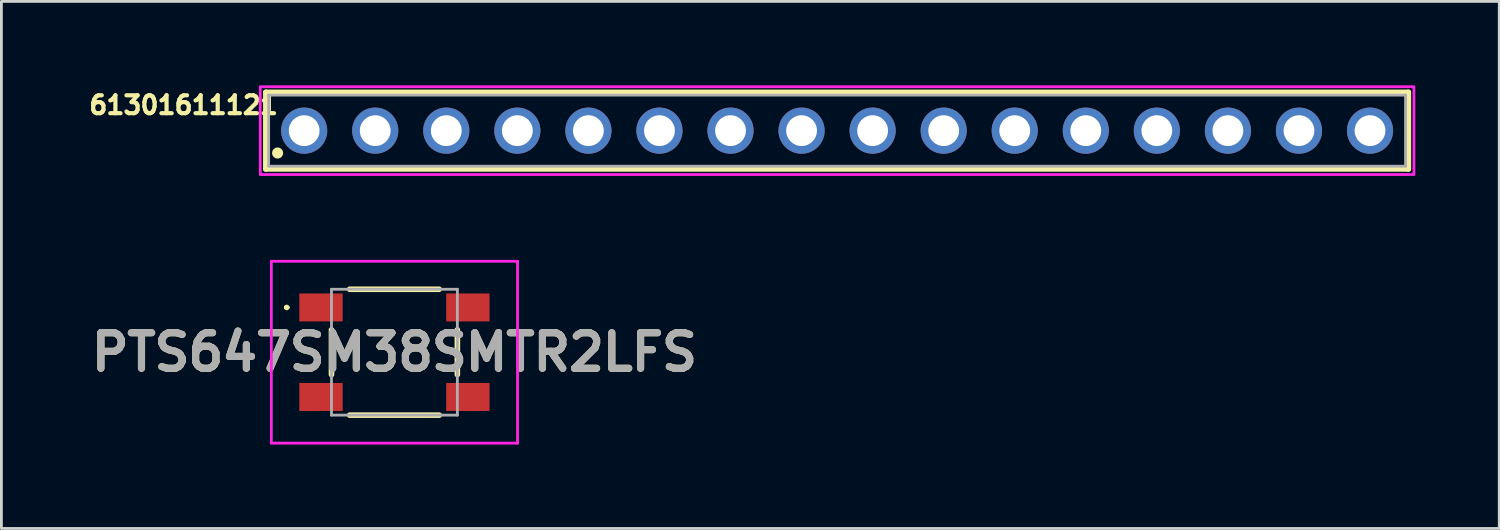
<source format=kicad_pcb>
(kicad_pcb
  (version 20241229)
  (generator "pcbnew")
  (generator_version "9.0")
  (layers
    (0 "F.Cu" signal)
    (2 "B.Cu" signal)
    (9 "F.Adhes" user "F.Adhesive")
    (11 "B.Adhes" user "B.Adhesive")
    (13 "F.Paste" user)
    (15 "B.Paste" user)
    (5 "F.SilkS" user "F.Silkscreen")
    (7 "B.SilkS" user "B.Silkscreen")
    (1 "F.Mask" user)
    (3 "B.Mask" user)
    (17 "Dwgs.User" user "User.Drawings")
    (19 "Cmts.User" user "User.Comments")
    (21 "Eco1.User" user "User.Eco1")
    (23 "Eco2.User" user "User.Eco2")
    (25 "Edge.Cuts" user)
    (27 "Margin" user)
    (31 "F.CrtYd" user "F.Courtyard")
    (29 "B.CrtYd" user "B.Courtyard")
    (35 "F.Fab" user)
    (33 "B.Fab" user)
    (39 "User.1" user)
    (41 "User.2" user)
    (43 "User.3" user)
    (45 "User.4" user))
  (footprint "61301611121"
    (layer "F.Cu")
    (at 26.873 1.62)
    (property "Reference" "61301611121" (at -23.36 -0.912 0) (layer "F.SilkS") (effects (font (size 0.64 0.64) (thickness 0.15))))
    (attr through_hole)
    (fp_line (start -20.42 -1.37) (end 20.42 -1.37) (stroke (width 0.2) (type solid)) (layer "F.SilkS"))
    (fp_line (start -20.42 1.37) (end -20.42 -1.37) (stroke (width 0.2) (type solid)) (layer "F.SilkS"))
    (fp_line (start 20.42 -1.37) (end 20.42 1.37) (stroke (width 0.2) (type solid)) (layer "F.SilkS"))
    (fp_line (start 20.42 1.37) (end -20.42 1.37) (stroke (width 0.2) (type solid)) (layer "F.SilkS"))
    (fp_circle (center -20 0.8) (end -19.9 0.8) (stroke (width 0.2) (type solid)) (fill no) (layer "F.SilkS"))
    (fp_poly (pts (xy -20.62 -1.57) (xy 20.62 -1.57) (xy 20.62 1.57) (xy -20.62 1.57)) (stroke (width 0.1) (type solid)) (fill no) (layer "F.CrtYd"))
    (fp_line (start -20.32 -1.27) (end -20.32 1.27) (stroke (width 0.1) (type solid)) (layer "F.Fab"))
    (fp_line (start -20.32 1.27) (end 20.32 1.27) (stroke (width 0.1) (type solid)) (layer "F.Fab"))
    (fp_line (start 20.32 -1.27) (end -20.32 -1.27) (stroke (width 0.1) (type solid)) (layer "F.Fab"))
    (fp_line (start 20.32 1.27) (end 20.32 -1.27) (stroke (width 0.1) (type solid)) (layer "F.Fab"))
    (pad "1" thru_hole circle (at -19.05 0) (size 1.65 1.65) (drill 1.1) (layers "*.Cu" "*.Mask"))
    (pad "2" thru_hole circle (at -16.51 0) (size 1.65 1.65) (drill 1.1) (layers "*.Cu" "*.Mask"))
    (pad "3" thru_hole circle (at -13.97 0) (size 1.65 1.65) (drill 1.1) (layers "*.Cu" "*.Mask"))
    (pad "4" thru_hole circle (at -11.43 0) (size 1.65 1.65) (drill 1.1) (layers "*.Cu" "*.Mask"))
    (pad "5" thru_hole circle (at -8.89 0) (size 1.65 1.65) (drill 1.1) (layers "*.Cu" "*.Mask"))
    (pad "6" thru_hole circle (at -6.35 0) (size 1.65 1.65) (drill 1.1) (layers "*.Cu" "*.Mask"))
    (pad "7" thru_hole circle (at -3.81 0) (size 1.65 1.65) (drill 1.1) (layers "*.Cu" "*.Mask"))
    (pad "8" thru_hole circle (at -1.27 0) (size 1.65 1.65) (drill 1.1) (layers "*.Cu" "*.Mask"))
    (pad "9" thru_hole circle (at 1.27 0) (size 1.65 1.65) (drill 1.1) (layers "*.Cu" "*.Mask"))
    (pad "10" thru_hole circle (at 3.81 0) (size 1.65 1.65) (drill 1.1) (layers "*.Cu" "*.Mask"))
    (pad "11" thru_hole circle (at 6.35 0) (size 1.65 1.65) (drill 1.1) (layers "*.Cu" "*.Mask"))
    (pad "12" thru_hole circle (at 8.89 0) (size 1.65 1.65) (drill 1.1) (layers "*.Cu" "*.Mask"))
    (pad "13" thru_hole circle (at 11.43 0) (size 1.65 1.65) (drill 1.1) (layers "*.Cu" "*.Mask"))
    (pad "14" thru_hole circle (at 13.97 0) (size 1.65 1.65) (drill 1.1) (layers "*.Cu" "*.Mask"))
    (pad "15" thru_hole circle (at 16.51 0) (size 1.65 1.65) (drill 1.1) (layers "*.Cu" "*.Mask"))
    (pad "16" thru_hole circle (at 19.05 0) (size 1.65 1.65) (drill 1.1) (layers "*.Cu" "*.Mask")))
  (footprint "PTS647SM38SMTR2LFS"
    (layer "F.Cu")
    (at 11.049 9.54)
    (property "Reference" "PTS647SM38SMTR2LFS" (at 0 0 0) (layer "F.SilkS") (effects (font (size 1.27 1.27) (thickness 0.254))))
    (attr smd)
    (fp_line (start -3.9 -1.6) (end -3.9 -1.6) (stroke (width 0.1) (type solid)) (layer "F.SilkS"))
    (fp_line (start -3.8 -1.6) (end -3.8 -1.6) (stroke (width 0.1) (type solid)) (layer "F.SilkS"))
    (fp_line (start -2.25 -0.8) (end -2.25 0.8) (stroke (width 0.2) (type solid)) (layer "F.SilkS"))
    (fp_line (start -1.6 -2.25) (end 1.6 -2.25) (stroke (width 0.2) (type solid)) (layer "F.SilkS"))
    (fp_line (start -1.6 2.25) (end 1.6 2.25) (stroke (width 0.2) (type solid)) (layer "F.SilkS"))
    (fp_line (start 2.25 -0.8) (end 2.25 0.8) (stroke (width 0.2) (type solid)) (layer "F.SilkS"))
    (fp_arc (start -3.9 -1.6) (mid -3.85 -1.65) (end -3.8 -1.6) (stroke (width 0.1) (type solid)) (layer "F.SilkS"))
    (fp_arc (start -3.8 -1.6) (mid -3.85 -1.55) (end -3.9 -1.6) (stroke (width 0.1) (type solid)) (layer "F.SilkS"))
    (fp_line (start -4.4 -3.25) (end 4.4 -3.25) (stroke (width 0.1) (type solid)) (layer "F.CrtYd"))
    (fp_line (start -4.4 3.25) (end -4.4 -3.25) (stroke (width 0.1) (type solid)) (layer "F.CrtYd"))
    (fp_line (start 4.4 -3.25) (end 4.4 3.25) (stroke (width 0.1) (type solid)) (layer "F.CrtYd"))
    (fp_line (start 4.4 3.25) (end -4.4 3.25) (stroke (width 0.1) (type solid)) (layer "F.CrtYd"))
    (fp_line (start -2.25 -2.25) (end -2.25 2.25) (stroke (width 0.1) (type solid)) (layer "F.Fab"))
    (fp_line (start -2.25 2.25) (end 2.25 2.25) (stroke (width 0.1) (type solid)) (layer "F.Fab"))
    (fp_line (start 2.25 -2.25) (end -2.25 -2.25) (stroke (width 0.1) (type solid)) (layer "F.Fab"))
    (fp_line (start 2.25 2.25) (end 2.25 -2.25) (stroke (width 0.1) (type solid)) (layer "F.Fab"))
    (fp_text user "${REFERENCE}" (at 0 0 0) (layer "F.Fab") (effects (font (size 1.27 1.27) (thickness 0.254))))
    (pad "1" smd rect (at -2.625 -1.6 90) (size 1 1.55) (layers "F.Cu" "F.Mask" "F.Paste"))
    (pad "2" smd rect (at 2.625 -1.6 90) (size 1 1.55) (layers "F.Cu" "F.Mask" "F.Paste"))
    (pad "3" smd rect (at -2.625 1.6 90) (size 1 1.55) (layers "F.Cu" "F.Mask" "F.Paste"))
    (pad "4" smd rect (at 2.625 1.6 90) (size 1 1.55) (layers "F.Cu" "F.Mask" "F.Paste")))
  (gr_rect
    (start -3 -3)
    (end 50.543 15.84)
    (stroke (width 0.1) (type default))
    (fill no)
    (layer "Edge.Cuts")))
</source>
